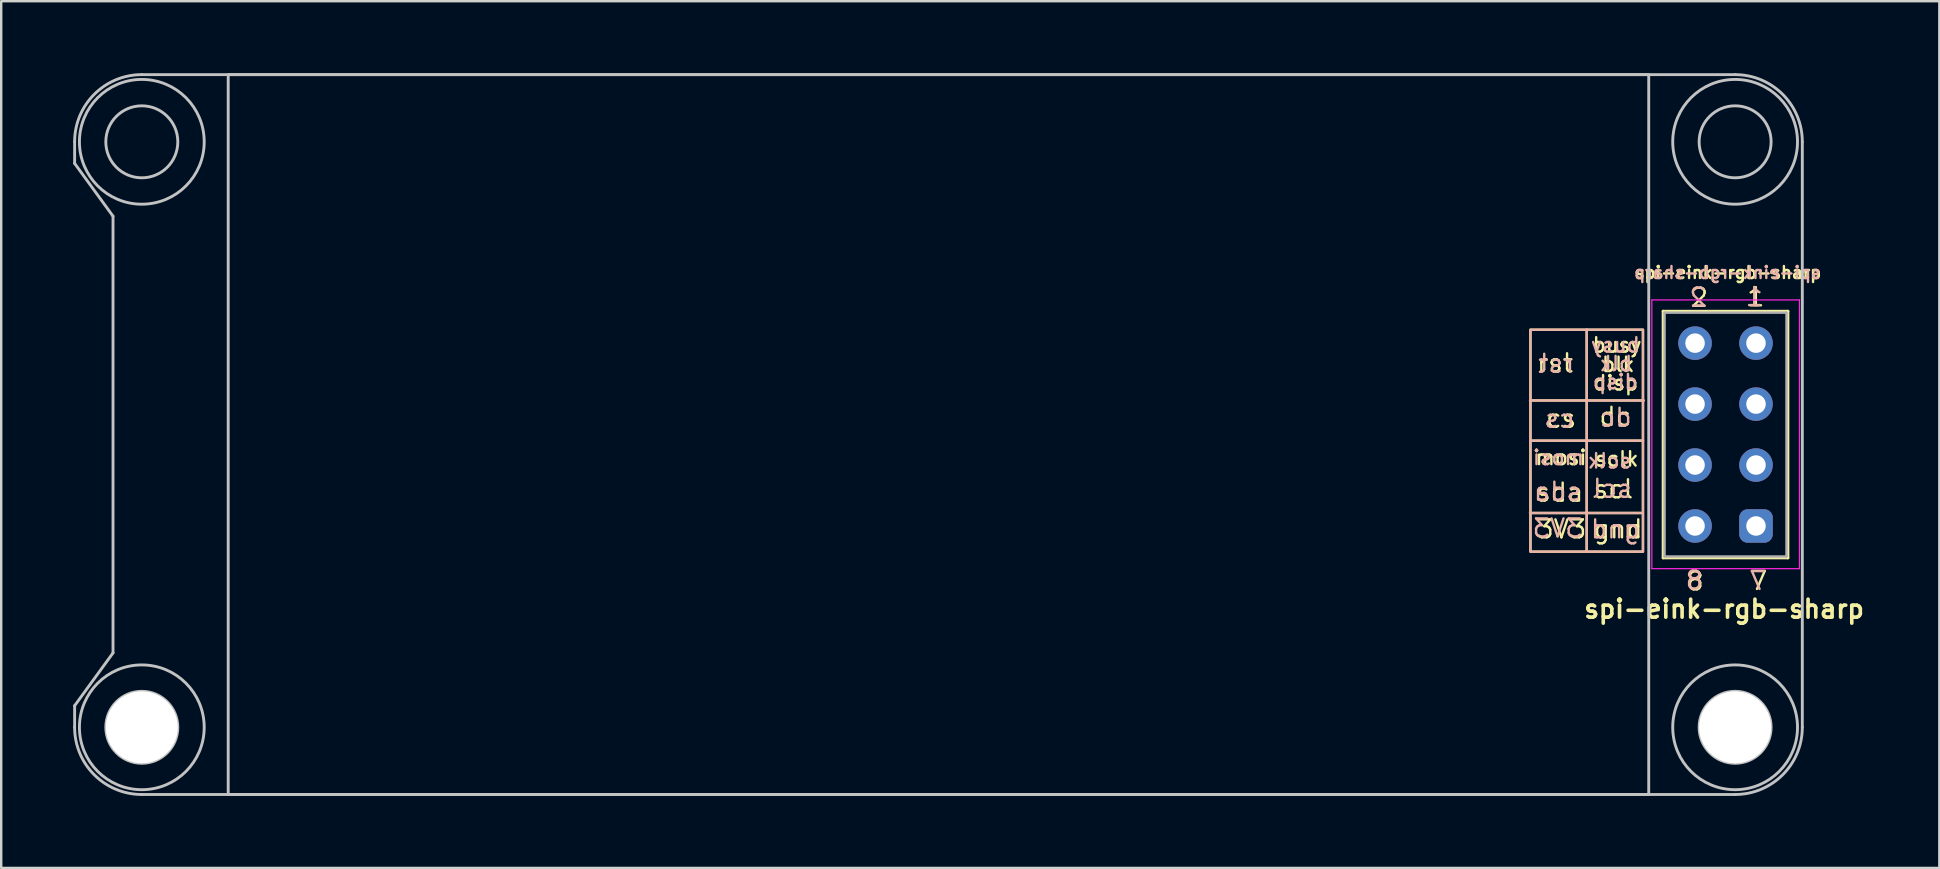
<source format=kicad_pcb>
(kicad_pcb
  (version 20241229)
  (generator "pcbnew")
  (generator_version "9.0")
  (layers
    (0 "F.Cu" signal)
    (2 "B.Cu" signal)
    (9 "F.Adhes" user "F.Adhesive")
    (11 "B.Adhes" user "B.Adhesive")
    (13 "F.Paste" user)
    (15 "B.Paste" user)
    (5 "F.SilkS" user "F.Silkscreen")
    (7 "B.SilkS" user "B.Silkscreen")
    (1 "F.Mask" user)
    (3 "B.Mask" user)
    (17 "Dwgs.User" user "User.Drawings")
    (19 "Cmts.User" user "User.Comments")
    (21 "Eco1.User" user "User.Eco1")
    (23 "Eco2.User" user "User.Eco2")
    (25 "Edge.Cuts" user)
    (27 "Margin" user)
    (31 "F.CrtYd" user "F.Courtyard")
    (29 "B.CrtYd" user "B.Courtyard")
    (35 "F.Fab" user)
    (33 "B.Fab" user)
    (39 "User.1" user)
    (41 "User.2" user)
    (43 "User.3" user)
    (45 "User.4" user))
  (footprint "spi-eink-rgb-sharp"
    (layer "F.Cu")
    (at 68.66 15.06)
    (property "Reference" "spi-eink-rgb-sharp" (at 0.3 -6.75 0) (layer "F.SilkS") (effects (font (size 0.5 0.5) (thickness 0.1))))
    (property "Value" "spi-eink-rgb-sharp" (at 0 6.14 0) (layer "F.Fab") (hide yes) (effects (font (size 1 1) (thickness 0.15))))
    (attr through_hole)
    (fp_line (start -7.945 -1.42) (end -3.215 -1.42) (stroke (width 0.1) (type default)) (layer "F.SilkS"))
    (fp_line (start -7.93 0.255) (end -3.24 0.255) (stroke (width 0.1) (type default)) (layer "F.SilkS"))
    (fp_line (start -7.89 3.27) (end -3.27 3.27) (stroke (width 0.1) (type default)) (layer "F.SilkS"))
    (fp_line (start -5.585 -4.37) (end -5.585 4.88) (stroke (width 0.1) (type default)) (layer "F.SilkS"))
    (fp_line (start -2.4 -5.14) (end -2.4 5.14) (stroke (width 0.12) (type solid)) (layer "F.SilkS"))
    (fp_line (start -2.4 -5.14) (end 2.8 -5.14) (stroke (width 0.12) (type solid)) (layer "F.SilkS"))
    (fp_line (start -2.4 5.14) (end 2.8 5.14) (stroke (width 0.12) (type solid)) (layer "F.SilkS"))
    (fp_line (start 2.8 -5.14) (end 2.8 5.14) (stroke (width 0.12) (type solid)) (layer "F.SilkS"))
    (fp_rect (start -7.93 -4.37) (end -3.24 4.88) (stroke (width 0.1) (type default)) (fill no) (layer "F.SilkS"))
    (fp_line (start -7.95 3.27) (end -3.33 3.27) (stroke (width 0.1) (type default)) (layer "B.SilkS"))
    (fp_line (start -7.945 -1.42) (end -3.215 -1.42) (stroke (width 0.1) (type default)) (layer "B.SilkS"))
    (fp_line (start -7.93 0.255) (end -3.24 0.255) (stroke (width 0.1) (type default)) (layer "B.SilkS"))
    (fp_line (start -5.585 -4.37) (end -5.585 4.88) (stroke (width 0.1) (type default)) (layer "B.SilkS"))
    (fp_rect (start -7.93 -4.37) (end -3.24 4.88) (stroke (width 0.1) (type default)) (fill no) (layer "B.SilkS"))
    (fp_line (start -68.6 -11.3) (end -68.6 -12.2) (stroke (width 0.12) (type solid)) (layer "Dwgs.User"))
    (fp_line (start -68.6 -11.3) (end -67 -9.1) (stroke (width 0.12) (type solid)) (layer "Dwgs.User"))
    (fp_line (start -68.6 11.3) (end -68.6 12.2) (stroke (width 0.12) (type solid)) (layer "Dwgs.User"))
    (fp_line (start -68.6 11.3) (end -67 9.1) (stroke (width 0.12) (type solid)) (layer "Dwgs.User"))
    (fp_line (start -67 9.1) (end -67 -9.1) (stroke (width 0.12) (type solid)) (layer "Dwgs.User"))
    (fp_line (start 0.6 -15) (end -65.8 -15) (stroke (width 0.12) (type solid)) (layer "Dwgs.User"))
    (fp_line (start 0.6 15) (end -65.8 15) (stroke (width 0.12) (type solid)) (layer "Dwgs.User"))
    (fp_line (start 3.4 -12.2) (end 3.4 12.2) (stroke (width 0.12) (type solid)) (layer "Dwgs.User"))
    (fp_rect (start -3 -15) (end -62.2 15) (stroke (width 0.12) (type solid)) (fill no) (layer "Dwgs.User"))
    (fp_arc (start -68.6 -12.2) (mid -67.779899 -14.179899) (end -65.8 -15) (stroke (width 0.12) (type solid)) (layer "Dwgs.User"))
    (fp_arc (start -65.8 15) (mid -67.779899 14.179899) (end -68.6 12.2) (stroke (width 0.12) (type solid)) (layer "Dwgs.User"))
    (fp_arc (start 0.6 -15) (mid 2.579899 -14.179899) (end 3.4 -12.2) (stroke (width 0.12) (type solid)) (layer "Dwgs.User"))
    (fp_arc (start 3.4 12.2) (mid 2.579899 14.179899) (end 0.6 15) (stroke (width 0.12) (type solid)) (layer "Dwgs.User"))
    (fp_circle (center -65.8 -12.2) (end -64.3 -12.2) (stroke (width 0.12) (type solid)) (fill no) (layer "Dwgs.User"))
    (fp_circle (center -65.8 -12.2) (end -63.2 -12.2) (stroke (width 0.12) (type solid)) (fill no) (layer "Dwgs.User"))
    (fp_circle (center -65.8 12.2) (end -64.3 12.2) (stroke (width 0.12) (type solid)) (fill no) (layer "Dwgs.User"))
    (fp_circle (center -65.8 12.2) (end -63.2 12.2) (stroke (width 0.12) (type solid)) (fill no) (layer "Dwgs.User"))
    (fp_circle (center 0.6 -12.2) (end 2.1 -12.2) (stroke (width 0.12) (type solid)) (fill no) (layer "Dwgs.User"))
    (fp_circle (center 0.6 -12.2) (end 3.2 -12.2) (stroke (width 0.12) (type solid)) (fill no) (layer "Dwgs.User"))
    (fp_circle (center 0.6 12.2) (end 2.1 12.2) (stroke (width 0.12) (type solid)) (fill no) (layer "Dwgs.User"))
    (fp_circle (center 0.6 12.2) (end 3.2 12.2) (stroke (width 0.12) (type solid)) (fill no) (layer "Dwgs.User"))
    (fp_line (start -2.87 -5.61) (end -2.87 5.59) (stroke (width 0.05) (type solid)) (layer "F.CrtYd"))
    (fp_line (start -2.87 5.59) (end 3.28 5.59) (stroke (width 0.05) (type solid)) (layer "F.CrtYd"))
    (fp_line (start 3.28 -5.61) (end -2.87 -5.61) (stroke (width 0.05) (type solid)) (layer "F.CrtYd"))
    (fp_line (start 3.28 5.59) (end 3.28 -5.61) (stroke (width 0.05) (type solid)) (layer "F.CrtYd"))
    (fp_line (start -2.34 -5.08) (end 2.74 -5.08) (stroke (width 0.1) (type solid)) (layer "F.Fab"))
    (fp_line (start -2.34 5.08) (end -2.34 -5.08) (stroke (width 0.1) (type solid)) (layer "F.Fab"))
    (fp_line (start 2.74 -5.08) (end 2.74 5.08) (stroke (width 0.1) (type solid)) (layer "F.Fab"))
    (fp_line (start 2.74 5.08) (end -2.34 5.08) (stroke (width 0.1) (type solid)) (layer "F.Fab"))
    (fp_text user "busy" (at -5.4 -3.38 0) (unlocked yes) (layer "F.SilkS") (effects (font (size 0.6 0.6) (thickness 0.1)) (justify left bottom)))
    (fp_text user "${VALUE}" (at 0.14 7.27 0) (layer "F.SilkS") (effects (font (size 0.75 0.75) (thickness 0.15))))
    (fp_text user "rst" (at -7.72 -2.54 0) (unlocked yes) (layer "F.SilkS") (effects (font (size 0.75 0.75) (thickness 0.1)) (justify left bottom)))
    (fp_text user "3V3" (at -7.74 4.38 0) (unlocked yes) (layer "F.SilkS") (effects (font (size 0.75 0.75) (thickness 0.1)) (justify left bottom)))
    (fp_text user "sclk" (at -5.3 1.37 0) (unlocked yes) (layer "F.SilkS") (effects (font (size 0.6 0.6) (thickness 0.1)) (justify left bottom)))
    (fp_text user "disp" (at -5.37 -1.8 0) (unlocked yes) (layer "F.SilkS") (effects (font (size 0.6 0.6) (thickness 0.1)) (justify left bottom)))
    (fp_text user "sda" (at -7.76 2.85 0) (unlocked yes) (layer "F.SilkS") (effects (font (size 0.75 0.75) (thickness 0.1)) (justify left bottom)))
    (fp_text user "scl" (at -5.36 2.71 0) (unlocked yes) (layer "F.SilkS") (effects (font (size 0.75 0.75) (thickness 0.1)) (justify left bottom)))
    (fp_text user "dc" (at -5.12 -0.31 0) (unlocked yes) (layer "F.SilkS") (effects (font (size 0.75 0.75) (thickness 0.1)) (justify left bottom)))
    (fp_text user "7" (at 1.16 6.53 0) (unlocked yes) (layer "F.SilkS") (effects (font (size 0.75 0.75) (thickness 0.1)) (justify left bottom)))
    (fp_text user "cs" (at -7.34 -0.23 0) (unlocked yes) (layer "F.SilkS") (effects (font (size 0.75 0.75) (thickness 0.1)) (justify left bottom)))
    (fp_text user "gnd " (at -5.36 4.38 0) (unlocked yes) (layer "F.SilkS") (effects (font (size 0.75 0.75) (thickness 0.1)) (justify left bottom)))
    (fp_text user "2" (at -1.31 -5.27 0) (unlocked yes) (layer "F.SilkS") (effects (font (size 0.75 0.75) (thickness 0.1)) (justify left bottom)))
    (fp_text user "8" (at -1.49 6.55 0) (unlocked yes) (layer "F.SilkS") (effects (font (size 0.75 0.75) (thickness 0.1)) (justify left bottom)))
    (fp_text user "mosi" (at -7.78 1.31 0) (unlocked yes) (layer "F.SilkS") (effects (font (size 0.6 0.6) (thickness 0.1)) (justify left bottom)))
    (fp_text user "1" (at 1.04 -5.29 0) (unlocked yes) (layer "F.SilkS") (effects (font (size 0.75 0.75) (thickness 0.1)) (justify left bottom)))
    (fp_text user "blk" (at -5.01 -2.57 0) (unlocked yes) (layer "F.SilkS") (effects (font (size 0.6 0.6) (thickness 0.1)) (justify left bottom)))
    (fp_text user "7" (at 1.97 6.53 0) (unlocked yes) (layer "B.SilkS") (effects (font (size 0.75 0.75) (thickness 0.1)) (justify left bottom mirror)))
    (fp_text user "8" (at -0.68 6.51 0) (unlocked yes) (layer "B.SilkS") (effects (font (size 0.75 0.75) (thickness 0.1)) (justify left bottom mirror)))
    (fp_text user "2" (at -0.52 -5.28 0) (unlocked yes) (layer "B.SilkS") (effects (font (size 0.75 0.75) (thickness 0.1)) (justify left bottom mirror)))
    (fp_text user "busy" (at -3.31 -3.38 0) (unlocked yes) (layer "B.SilkS") (effects (font (size 0.6 0.6) (thickness 0.1)) (justify left bottom mirror)))
    (fp_text user "mosi" (at -5.64 1.31 0) (unlocked yes) (layer "B.SilkS") (effects (font (size 0.6 0.6) (thickness 0.1)) (justify left bottom mirror)))
    (fp_text user "${REFERENCE}" (at 0.28 -6.75 0) (layer "B.SilkS") (effects (font (size 0.5 0.5) (thickness 0.1)) (justify mirror)))
    (fp_text user "dc" (at -3.65 -0.27 0) (unlocked yes) (layer "B.SilkS") (effects (font (size 0.75 0.75) (thickness 0.1)) (justify left bottom mirror)))
    (fp_text user "blk" (at -3.63 -2.6 0) (unlocked yes) (layer "B.SilkS") (effects (font (size 0.6 0.6) (thickness 0.1)) (justify left bottom mirror)))
    (fp_text user "sclk" (at -3.67 1.45 0) (unlocked yes) (layer "B.SilkS") (effects (font (size 0.6 0.6) (thickness 0.1)) (justify left bottom mirror)))
    (fp_text user "rst" (at -6.04 -2.52 0) (unlocked yes) (layer "B.SilkS") (effects (font (size 0.75 0.75) (thickness 0.1)) (justify left bottom mirror)))
    (fp_text user "1" (at 1.82 -5.3 0) (unlocked yes) (layer "B.SilkS") (effects (font (size 0.75 0.75) (thickness 0.1)) (justify left bottom mirror)))
    (fp_text user "scl" (at -3.65 2.69 0) (unlocked yes) (layer "B.SilkS") (effects (font (size 0.75 0.75) (thickness 0.1)) (justify left bottom mirror)))
    (fp_text user "3V3" (at -5.7 4.34 0) (unlocked yes) (layer "B.SilkS") (effects (font (size 0.75 0.75) (thickness 0.1)) (justify left bottom mirror)))
    (fp_text user "sda" (at -5.76 2.81 0) (unlocked yes) (layer "B.SilkS") (effects (font (size 0.75 0.75) (thickness 0.1)) (justify left bottom mirror)))
    (fp_text user "cs" (at -6.04 -0.23 0) (unlocked yes) (layer "B.SilkS") (effects (font (size 0.75 0.75) (thickness 0.1)) (justify left bottom mirror)))
    (fp_text user "gnd " (at -3.31 4.38 0) (unlocked yes) (layer "B.SilkS") (effects (font (size 0.75 0.75) (thickness 0.1)) (justify left bottom mirror)))
    (fp_text user "disp" (at -3.4 -1.85 0) (unlocked yes) (layer "B.SilkS") (effects (font (size 0.6 0.6) (thickness 0.1)) (justify left bottom mirror)))
    (pad "" np_thru_hole circle (at -65.8 12.2) (size 3 3) (drill 3) (layers "*.Cu" "*.Mask"))
    (pad "" np_thru_hole circle (at 0.6 12.2) (size 3 3) (drill 3) (layers "*.Cu" "*.Mask"))
    (pad "1" thru_hole circle (at 1.47 -3.81) (size 1.397 1.397) (drill 0.813) (layers "*.Cu" "*.Mask"))
    (pad "2" thru_hole circle (at -1.07 -3.81) (size 1.397 1.397) (drill 0.813) (layers "*.Cu" "*.Mask"))
    (pad "3" thru_hole circle (at 1.47 -1.27) (size 1.397 1.397) (drill 0.813) (layers "*.Cu" "*.Mask"))
    (pad "4" thru_hole circle (at -1.07 -1.27) (size 1.397 1.397) (drill 0.813) (layers "*.Cu" "*.Mask"))
    (pad "5" thru_hole circle (at 1.47 1.27) (size 1.397 1.397) (drill 0.813) (layers "*.Cu" "*.Mask"))
    (pad "6" thru_hole circle (at -1.07 1.27) (size 1.397 1.397) (drill 0.813) (layers "*.Cu" "*.Mask"))
    (pad "7" thru_hole roundrect (at 1.47 3.81) (size 1.397 1.397) (drill 0.813) (layers "*.Cu" "*.Mask") (roundrect_rratio 0.25))
    (pad "8" thru_hole circle (at -1.07 3.81) (size 1.397 1.397) (drill 0.813) (layers "*.Cu" "*.Mask")))
  (gr_rect
    (start -3 -3)
    (end 77.771 33.12)
    (stroke (width 0.1) (type default))
    (fill no)
    (layer "Edge.Cuts")))
</source>
